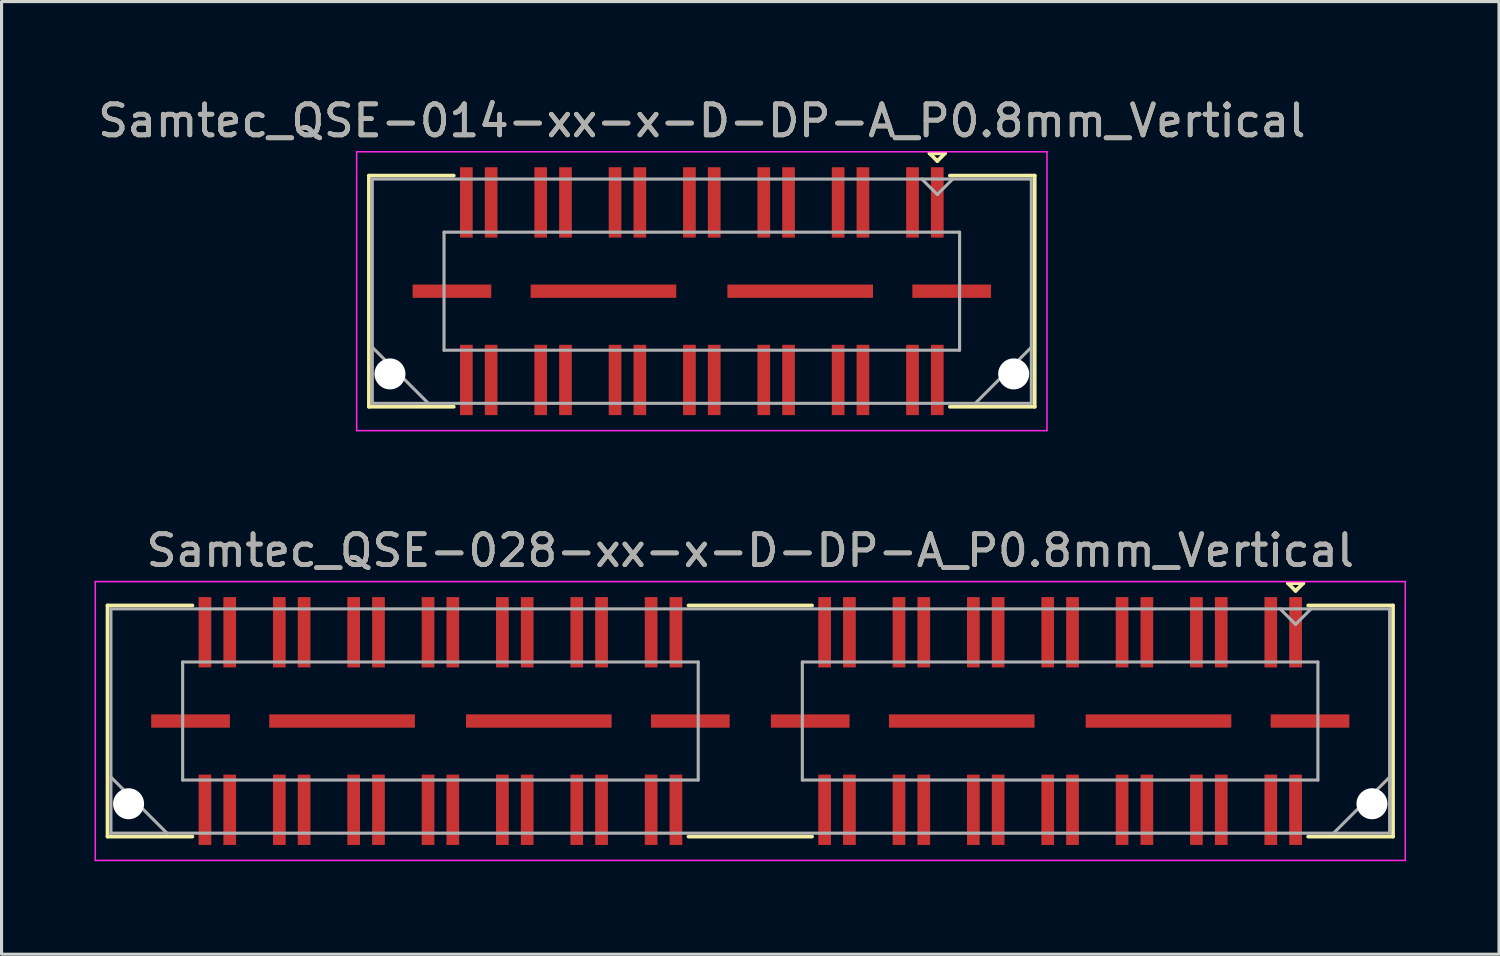
<source format=kicad_pcb>
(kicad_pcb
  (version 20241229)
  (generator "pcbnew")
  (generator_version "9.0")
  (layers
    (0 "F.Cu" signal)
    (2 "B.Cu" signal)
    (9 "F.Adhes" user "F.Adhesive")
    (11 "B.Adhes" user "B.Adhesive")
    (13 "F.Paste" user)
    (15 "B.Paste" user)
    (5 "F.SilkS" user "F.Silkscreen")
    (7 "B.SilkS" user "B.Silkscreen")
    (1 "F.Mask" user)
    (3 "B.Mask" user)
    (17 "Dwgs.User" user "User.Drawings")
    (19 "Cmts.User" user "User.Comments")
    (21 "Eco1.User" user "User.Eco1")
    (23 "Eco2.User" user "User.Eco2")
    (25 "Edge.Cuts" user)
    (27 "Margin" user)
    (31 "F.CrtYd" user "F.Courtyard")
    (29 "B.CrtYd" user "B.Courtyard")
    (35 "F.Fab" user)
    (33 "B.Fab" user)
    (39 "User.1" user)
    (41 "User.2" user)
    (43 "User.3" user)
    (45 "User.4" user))
  (footprint "Samtec_QSE-014-xx-x-D-DP-A_P0.8mm_Vertical"
    (layer "F.Cu")
    (at 19.601 6.348)
    (property "Reference" "Samtec_QSE-014-xx-x-D-DP-A_P0.8mm_Vertical" (at 0 -5.5 0) (layer "F.SilkS") (effects (font (size 1 1) (thickness 0.15))))
    (attr smd)
    (fp_line (start -10.745 -3.73) (end -8.005 -3.73) (stroke (width 0.12) (type solid)) (layer "F.SilkS"))
    (fp_line (start -10.745 3.73) (end -10.745 -3.73) (stroke (width 0.12) (type solid)) (layer "F.SilkS"))
    (fp_line (start -8.005 3.73) (end -10.745 3.73) (stroke (width 0.12) (type solid)) (layer "F.SilkS"))
    (fp_line (start 7.35 -4.45) (end 7.85 -4.45) (stroke (width 0.12) (type solid)) (layer "F.SilkS"))
    (fp_line (start 7.6 -4.2) (end 7.35 -4.45) (stroke (width 0.12) (type solid)) (layer "F.SilkS"))
    (fp_line (start 7.85 -4.45) (end 7.6 -4.2) (stroke (width 0.12) (type solid)) (layer "F.SilkS"))
    (fp_line (start 8.005 3.73) (end 10.745 3.73) (stroke (width 0.12) (type solid)) (layer "F.SilkS"))
    (fp_line (start 10.745 -3.73) (end 8.005 -3.73) (stroke (width 0.12) (type solid)) (layer "F.SilkS"))
    (fp_line (start 10.745 3.73) (end 10.745 -3.73) (stroke (width 0.12) (type solid)) (layer "F.SilkS"))
    (fp_line (start -11.14 -4.5) (end -11.14 4.5) (stroke (width 0.05) (type solid)) (layer "F.CrtYd"))
    (fp_line (start -11.14 4.5) (end 11.14 4.5) (stroke (width 0.05) (type solid)) (layer "F.CrtYd"))
    (fp_line (start 11.14 -4.5) (end -11.14 -4.5) (stroke (width 0.05) (type solid)) (layer "F.CrtYd"))
    (fp_line (start 11.14 4.5) (end 11.14 -4.5) (stroke (width 0.05) (type solid)) (layer "F.CrtYd"))
    (fp_line (start -10.635 -3.62) (end -10.635 3.62) (stroke (width 0.1) (type solid)) (layer "F.Fab"))
    (fp_line (start -10.635 1.81) (end -8.825 3.62) (stroke (width 0.1) (type solid)) (layer "F.Fab"))
    (fp_line (start -10.635 3.62) (end 10.635 3.62) (stroke (width 0.1) (type solid)) (layer "F.Fab"))
    (fp_line (start -8.32 -1.905) (end -8.32 1.905) (stroke (width 0.1) (type solid)) (layer "F.Fab"))
    (fp_line (start -8.32 1.905) (end 8.32 1.905) (stroke (width 0.1) (type solid)) (layer "F.Fab"))
    (fp_line (start 7.6 -3.12) (end 7.1 -3.62) (stroke (width 0.1) (type solid)) (layer "F.Fab"))
    (fp_line (start 8.1 -3.62) (end 7.6 -3.12) (stroke (width 0.1) (type solid)) (layer "F.Fab"))
    (fp_line (start 8.32 -1.905) (end -8.32 -1.905) (stroke (width 0.1) (type solid)) (layer "F.Fab"))
    (fp_line (start 8.32 1.905) (end 8.32 -1.905) (stroke (width 0.1) (type solid)) (layer "F.Fab"))
    (fp_line (start 10.635 -3.62) (end -10.635 -3.62) (stroke (width 0.1) (type solid)) (layer "F.Fab"))
    (fp_line (start 10.635 1.81) (end 8.825 3.62) (stroke (width 0.1) (type solid)) (layer "F.Fab"))
    (fp_line (start 10.635 3.62) (end 10.635 -3.62) (stroke (width 0.1) (type solid)) (layer "F.Fab"))
    (fp_text user "${REFERENCE}" (at 0 -5.5 0) (layer "F.Fab") (effects (font (size 1 1) (thickness 0.15))))
    (pad "" np_thru_hole circle (at -10.065 2.67) (size 1 1) (drill 1) (layers "*.Cu" "*.Mask"))
    (pad "" np_thru_hole circle (at 10.065 2.67) (size 1 1) (drill 1) (layers "*.Cu" "*.Mask"))
    (pad "1" smd rect (at 7.6 -2.865) (size 0.41 2.27) (layers "F.Cu" "F.Mask" "F.Paste"))
    (pad "2" smd rect (at 7.6 2.865) (size 0.41 2.27) (layers "F.Cu" "F.Mask" "F.Paste"))
    (pad "3" smd rect (at 6.8 -2.865) (size 0.41 2.27) (layers "F.Cu" "F.Mask" "F.Paste"))
    (pad "4" smd rect (at 6.8 2.865) (size 0.41 2.27) (layers "F.Cu" "F.Mask" "F.Paste"))
    (pad "5" smd rect (at 5.2 -2.865) (size 0.41 2.27) (layers "F.Cu" "F.Mask" "F.Paste"))
    (pad "6" smd rect (at 5.2 2.865) (size 0.41 2.27) (layers "F.Cu" "F.Mask" "F.Paste"))
    (pad "7" smd rect (at 4.4 -2.865) (size 0.41 2.27) (layers "F.Cu" "F.Mask" "F.Paste"))
    (pad "8" smd rect (at 4.4 2.865) (size 0.41 2.27) (layers "F.Cu" "F.Mask" "F.Paste"))
    (pad "9" smd rect (at 2.8 -2.865) (size 0.41 2.27) (layers "F.Cu" "F.Mask" "F.Paste"))
    (pad "10" smd rect (at 2.8 2.865) (size 0.41 2.27) (layers "F.Cu" "F.Mask" "F.Paste"))
    (pad "11" smd rect (at 2 -2.865) (size 0.41 2.27) (layers "F.Cu" "F.Mask" "F.Paste"))
    (pad "12" smd rect (at 2 2.865) (size 0.41 2.27) (layers "F.Cu" "F.Mask" "F.Paste"))
    (pad "13" smd rect (at 0.4 -2.865) (size 0.41 2.27) (layers "F.Cu" "F.Mask" "F.Paste"))
    (pad "14" smd rect (at 0.4 2.865) (size 0.41 2.27) (layers "F.Cu" "F.Mask" "F.Paste"))
    (pad "15" smd rect (at -0.4 -2.865) (size 0.41 2.27) (layers "F.Cu" "F.Mask" "F.Paste"))
    (pad "16" smd rect (at -0.4 2.865) (size 0.41 2.27) (layers "F.Cu" "F.Mask" "F.Paste"))
    (pad "17" smd rect (at -2 -2.865) (size 0.41 2.27) (layers "F.Cu" "F.Mask" "F.Paste"))
    (pad "18" smd rect (at -2 2.865) (size 0.41 2.27) (layers "F.Cu" "F.Mask" "F.Paste"))
    (pad "19" smd rect (at -2.8 -2.865) (size 0.41 2.27) (layers "F.Cu" "F.Mask" "F.Paste"))
    (pad "20" smd rect (at -2.8 2.865) (size 0.41 2.27) (layers "F.Cu" "F.Mask" "F.Paste"))
    (pad "21" smd rect (at -4.4 -2.865) (size 0.41 2.27) (layers "F.Cu" "F.Mask" "F.Paste"))
    (pad "22" smd rect (at -4.4 2.865) (size 0.41 2.27) (layers "F.Cu" "F.Mask" "F.Paste"))
    (pad "23" smd rect (at -5.2 -2.865) (size 0.41 2.27) (layers "F.Cu" "F.Mask" "F.Paste"))
    (pad "24" smd rect (at -5.2 2.865) (size 0.41 2.27) (layers "F.Cu" "F.Mask" "F.Paste"))
    (pad "25" smd rect (at -6.8 -2.865) (size 0.41 2.27) (layers "F.Cu" "F.Mask" "F.Paste"))
    (pad "26" smd rect (at -6.8 2.865) (size 0.41 2.27) (layers "F.Cu" "F.Mask" "F.Paste"))
    (pad "27" smd rect (at -7.6 -2.865) (size 0.41 2.27) (layers "F.Cu" "F.Mask" "F.Paste"))
    (pad "28" smd rect (at -7.6 2.865) (size 0.41 2.27) (layers "F.Cu" "F.Mask" "F.Paste"))
    (pad "P1" smd rect (at -8.065 0) (size 2.54 0.43) (layers "F.Cu" "F.Mask" "F.Paste"))
    (pad "P1" smd rect (at -3.175 0) (size 4.7 0.43) (layers "F.Cu" "F.Mask" "F.Paste"))
    (pad "P1" smd rect (at 3.175 0) (size 4.7 0.43) (layers "F.Cu" "F.Mask" "F.Paste"))
    (pad "P1" smd rect (at 8.065 0) (size 2.54 0.43) (layers "F.Cu" "F.Mask" "F.Paste")))
  (footprint "Samtec_QSE-028-xx-x-D-DP-A_P0.8mm_Vertical"
    (layer "F.Cu")
    (at 21.165 20.221)
    (property "Reference" "Samtec_QSE-028-xx-x-D-DP-A_P0.8mm_Vertical" (at 0 -5.5 0) (layer "F.SilkS") (effects (font (size 1 1) (thickness 0.15))))
    (attr smd)
    (fp_line (start -20.745 -3.73) (end -18.005 -3.73) (stroke (width 0.12) (type solid)) (layer "F.SilkS"))
    (fp_line (start -20.745 3.73) (end -20.745 -3.73) (stroke (width 0.12) (type solid)) (layer "F.SilkS"))
    (fp_line (start -18.005 3.73) (end -20.745 3.73) (stroke (width 0.12) (type solid)) (layer "F.SilkS"))
    (fp_line (start 1.995 -3.73) (end -1.995 -3.73) (stroke (width 0.12) (type solid)) (layer "F.SilkS"))
    (fp_line (start 1.995 3.73) (end -1.995 3.73) (stroke (width 0.12) (type solid)) (layer "F.SilkS"))
    (fp_line (start 17.35 -4.45) (end 17.85 -4.45) (stroke (width 0.12) (type solid)) (layer "F.SilkS"))
    (fp_line (start 17.6 -4.2) (end 17.35 -4.45) (stroke (width 0.12) (type solid)) (layer "F.SilkS"))
    (fp_line (start 17.85 -4.45) (end 17.6 -4.2) (stroke (width 0.12) (type solid)) (layer "F.SilkS"))
    (fp_line (start 18.005 3.73) (end 20.745 3.73) (stroke (width 0.12) (type solid)) (layer "F.SilkS"))
    (fp_line (start 20.745 -3.73) (end 18.005 -3.73) (stroke (width 0.12) (type solid)) (layer "F.SilkS"))
    (fp_line (start 20.745 3.73) (end 20.745 -3.73) (stroke (width 0.12) (type solid)) (layer "F.SilkS"))
    (fp_line (start -21.14 -4.5) (end -21.14 4.5) (stroke (width 0.05) (type solid)) (layer "F.CrtYd"))
    (fp_line (start -21.14 4.5) (end 21.14 4.5) (stroke (width 0.05) (type solid)) (layer "F.CrtYd"))
    (fp_line (start 21.14 -4.5) (end -21.14 -4.5) (stroke (width 0.05) (type solid)) (layer "F.CrtYd"))
    (fp_line (start 21.14 4.5) (end 21.14 -4.5) (stroke (width 0.05) (type solid)) (layer "F.CrtYd"))
    (fp_line (start -20.635 -3.62) (end -20.635 3.62) (stroke (width 0.1) (type solid)) (layer "F.Fab"))
    (fp_line (start -20.635 1.81) (end -18.825 3.62) (stroke (width 0.1) (type solid)) (layer "F.Fab"))
    (fp_line (start -20.635 3.62) (end 20.635 3.62) (stroke (width 0.1) (type solid)) (layer "F.Fab"))
    (fp_line (start -18.32 -1.905) (end -18.32 1.905) (stroke (width 0.1) (type solid)) (layer "F.Fab"))
    (fp_line (start -18.32 1.905) (end -1.68 1.905) (stroke (width 0.1) (type solid)) (layer "F.Fab"))
    (fp_line (start -1.68 -1.905) (end -18.32 -1.905) (stroke (width 0.1) (type solid)) (layer "F.Fab"))
    (fp_line (start -1.68 1.905) (end -1.68 -1.905) (stroke (width 0.1) (type solid)) (layer "F.Fab"))
    (fp_line (start 1.68 -1.905) (end 1.68 1.905) (stroke (width 0.1) (type solid)) (layer "F.Fab"))
    (fp_line (start 1.68 1.905) (end 18.32 1.905) (stroke (width 0.1) (type solid)) (layer "F.Fab"))
    (fp_line (start 17.6 -3.12) (end 17.1 -3.62) (stroke (width 0.1) (type solid)) (layer "F.Fab"))
    (fp_line (start 18.1 -3.62) (end 17.6 -3.12) (stroke (width 0.1) (type solid)) (layer "F.Fab"))
    (fp_line (start 18.32 -1.905) (end 1.68 -1.905) (stroke (width 0.1) (type solid)) (layer "F.Fab"))
    (fp_line (start 18.32 1.905) (end 18.32 -1.905) (stroke (width 0.1) (type solid)) (layer "F.Fab"))
    (fp_line (start 20.635 -3.62) (end -20.635 -3.62) (stroke (width 0.1) (type solid)) (layer "F.Fab"))
    (fp_line (start 20.635 1.81) (end 18.825 3.62) (stroke (width 0.1) (type solid)) (layer "F.Fab"))
    (fp_line (start 20.635 3.62) (end 20.635 -3.62) (stroke (width 0.1) (type solid)) (layer "F.Fab"))
    (fp_text user "${REFERENCE}" (at 0 -5.5 0) (layer "F.Fab") (effects (font (size 1 1) (thickness 0.15))))
    (pad "" np_thru_hole circle (at -20.065 2.67) (size 1 1) (drill 1) (layers "*.Cu" "*.Mask"))
    (pad "" np_thru_hole circle (at 20.065 2.67) (size 1 1) (drill 1) (layers "*.Cu" "*.Mask"))
    (pad "1" smd rect (at 17.6 -2.865) (size 0.41 2.27) (layers "F.Cu" "F.Mask" "F.Paste"))
    (pad "2" smd rect (at 17.6 2.865) (size 0.41 2.27) (layers "F.Cu" "F.Mask" "F.Paste"))
    (pad "3" smd rect (at 16.8 -2.865) (size 0.41 2.27) (layers "F.Cu" "F.Mask" "F.Paste"))
    (pad "4" smd rect (at 16.8 2.865) (size 0.41 2.27) (layers "F.Cu" "F.Mask" "F.Paste"))
    (pad "5" smd rect (at 15.2 -2.865) (size 0.41 2.27) (layers "F.Cu" "F.Mask" "F.Paste"))
    (pad "6" smd rect (at 15.2 2.865) (size 0.41 2.27) (layers "F.Cu" "F.Mask" "F.Paste"))
    (pad "7" smd rect (at 14.4 -2.865) (size 0.41 2.27) (layers "F.Cu" "F.Mask" "F.Paste"))
    (pad "8" smd rect (at 14.4 2.865) (size 0.41 2.27) (layers "F.Cu" "F.Mask" "F.Paste"))
    (pad "9" smd rect (at 12.8 -2.865) (size 0.41 2.27) (layers "F.Cu" "F.Mask" "F.Paste"))
    (pad "10" smd rect (at 12.8 2.865) (size 0.41 2.27) (layers "F.Cu" "F.Mask" "F.Paste"))
    (pad "11" smd rect (at 12 -2.865) (size 0.41 2.27) (layers "F.Cu" "F.Mask" "F.Paste"))
    (pad "12" smd rect (at 12 2.865) (size 0.41 2.27) (layers "F.Cu" "F.Mask" "F.Paste"))
    (pad "13" smd rect (at 10.4 -2.865) (size 0.41 2.27) (layers "F.Cu" "F.Mask" "F.Paste"))
    (pad "14" smd rect (at 10.4 2.865) (size 0.41 2.27) (layers "F.Cu" "F.Mask" "F.Paste"))
    (pad "15" smd rect (at 9.6 -2.865) (size 0.41 2.27) (layers "F.Cu" "F.Mask" "F.Paste"))
    (pad "16" smd rect (at 9.6 2.865) (size 0.41 2.27) (layers "F.Cu" "F.Mask" "F.Paste"))
    (pad "17" smd rect (at 8 -2.865) (size 0.41 2.27) (layers "F.Cu" "F.Mask" "F.Paste"))
    (pad "18" smd rect (at 8 2.865) (size 0.41 2.27) (layers "F.Cu" "F.Mask" "F.Paste"))
    (pad "19" smd rect (at 7.2 -2.865) (size 0.41 2.27) (layers "F.Cu" "F.Mask" "F.Paste"))
    (pad "20" smd rect (at 7.2 2.865) (size 0.41 2.27) (layers "F.Cu" "F.Mask" "F.Paste"))
    (pad "21" smd rect (at 5.6 -2.865) (size 0.41 2.27) (layers "F.Cu" "F.Mask" "F.Paste"))
    (pad "22" smd rect (at 5.6 2.865) (size 0.41 2.27) (layers "F.Cu" "F.Mask" "F.Paste"))
    (pad "23" smd rect (at 4.8 -2.865) (size 0.41 2.27) (layers "F.Cu" "F.Mask" "F.Paste"))
    (pad "24" smd rect (at 4.8 2.865) (size 0.41 2.27) (layers "F.Cu" "F.Mask" "F.Paste"))
    (pad "25" smd rect (at 3.2 -2.865) (size 0.41 2.27) (layers "F.Cu" "F.Mask" "F.Paste"))
    (pad "26" smd rect (at 3.2 2.865) (size 0.41 2.27) (layers "F.Cu" "F.Mask" "F.Paste"))
    (pad "27" smd rect (at 2.4 -2.865) (size 0.41 2.27) (layers "F.Cu" "F.Mask" "F.Paste"))
    (pad "28" smd rect (at 2.4 2.865) (size 0.41 2.27) (layers "F.Cu" "F.Mask" "F.Paste"))
    (pad "29" smd rect (at -2.4 -2.865) (size 0.41 2.27) (layers "F.Cu" "F.Mask" "F.Paste"))
    (pad "30" smd rect (at -2.4 2.865) (size 0.41 2.27) (layers "F.Cu" "F.Mask" "F.Paste"))
    (pad "31" smd rect (at -3.2 -2.865) (size 0.41 2.27) (layers "F.Cu" "F.Mask" "F.Paste"))
    (pad "32" smd rect (at -3.2 2.865) (size 0.41 2.27) (layers "F.Cu" "F.Mask" "F.Paste"))
    (pad "33" smd rect (at -4.8 -2.865) (size 0.41 2.27) (layers "F.Cu" "F.Mask" "F.Paste"))
    (pad "34" smd rect (at -4.8 2.865) (size 0.41 2.27) (layers "F.Cu" "F.Mask" "F.Paste"))
    (pad "35" smd rect (at -5.6 -2.865) (size 0.41 2.27) (layers "F.Cu" "F.Mask" "F.Paste"))
    (pad "36" smd rect (at -5.6 2.865) (size 0.41 2.27) (layers "F.Cu" "F.Mask" "F.Paste"))
    (pad "37" smd rect (at -7.2 -2.865) (size 0.41 2.27) (layers "F.Cu" "F.Mask" "F.Paste"))
    (pad "38" smd rect (at -7.2 2.865) (size 0.41 2.27) (layers "F.Cu" "F.Mask" "F.Paste"))
    (pad "39" smd rect (at -8 -2.865) (size 0.41 2.27) (layers "F.Cu" "F.Mask" "F.Paste"))
    (pad "40" smd rect (at -8 2.865) (size 0.41 2.27) (layers "F.Cu" "F.Mask" "F.Paste"))
    (pad "41" smd rect (at -9.6 -2.865) (size 0.41 2.27) (layers "F.Cu" "F.Mask" "F.Paste"))
    (pad "42" smd rect (at -9.6 2.865) (size 0.41 2.27) (layers "F.Cu" "F.Mask" "F.Paste"))
    (pad "43" smd rect (at -10.4 -2.865) (size 0.41 2.27) (layers "F.Cu" "F.Mask" "F.Paste"))
    (pad "44" smd rect (at -10.4 2.865) (size 0.41 2.27) (layers "F.Cu" "F.Mask" "F.Paste"))
    (pad "45" smd rect (at -12 -2.865) (size 0.41 2.27) (layers "F.Cu" "F.Mask" "F.Paste"))
    (pad "46" smd rect (at -12 2.865) (size 0.41 2.27) (layers "F.Cu" "F.Mask" "F.Paste"))
    (pad "47" smd rect (at -12.8 -2.865) (size 0.41 2.27) (layers "F.Cu" "F.Mask" "F.Paste"))
    (pad "48" smd rect (at -12.8 2.865) (size 0.41 2.27) (layers "F.Cu" "F.Mask" "F.Paste"))
    (pad "49" smd rect (at -14.4 -2.865) (size 0.41 2.27) (layers "F.Cu" "F.Mask" "F.Paste"))
    (pad "50" smd rect (at -14.4 2.865) (size 0.41 2.27) (layers "F.Cu" "F.Mask" "F.Paste"))
    (pad "51" smd rect (at -15.2 -2.865) (size 0.41 2.27) (layers "F.Cu" "F.Mask" "F.Paste"))
    (pad "52" smd rect (at -15.2 2.865) (size 0.41 2.27) (layers "F.Cu" "F.Mask" "F.Paste"))
    (pad "53" smd rect (at -16.8 -2.865) (size 0.41 2.27) (layers "F.Cu" "F.Mask" "F.Paste"))
    (pad "54" smd rect (at -16.8 2.865) (size 0.41 2.27) (layers "F.Cu" "F.Mask" "F.Paste"))
    (pad "55" smd rect (at -17.6 -2.865) (size 0.41 2.27) (layers "F.Cu" "F.Mask" "F.Paste"))
    (pad "56" smd rect (at -17.6 2.865) (size 0.41 2.27) (layers "F.Cu" "F.Mask" "F.Paste"))
    (pad "P1" smd rect (at 1.935 0) (size 2.54 0.43) (layers "F.Cu" "F.Mask" "F.Paste"))
    (pad "P1" smd rect (at 6.825 0) (size 4.7 0.43) (layers "F.Cu" "F.Mask" "F.Paste"))
    (pad "P1" smd rect (at 13.175 0) (size 4.7 0.43) (layers "F.Cu" "F.Mask" "F.Paste"))
    (pad "P1" smd rect (at 18.065 0) (size 2.54 0.43) (layers "F.Cu" "F.Mask" "F.Paste"))
    (pad "P2" smd rect (at -18.065 0) (size 2.54 0.43) (layers "F.Cu" "F.Mask" "F.Paste"))
    (pad "P2" smd rect (at -13.175 0) (size 4.7 0.43) (layers "F.Cu" "F.Mask" "F.Paste"))
    (pad "P2" smd rect (at -6.825 0) (size 4.7 0.43) (layers "F.Cu" "F.Mask" "F.Paste"))
    (pad "P2" smd rect (at -1.935 0) (size 2.54 0.43) (layers "F.Cu" "F.Mask" "F.Paste")))
  (gr_rect
    (start -3 -3)
    (end 45.33 27.747)
    (stroke (width 0.1) (type default))
    (fill no)
    (layer "Edge.Cuts")))
</source>
